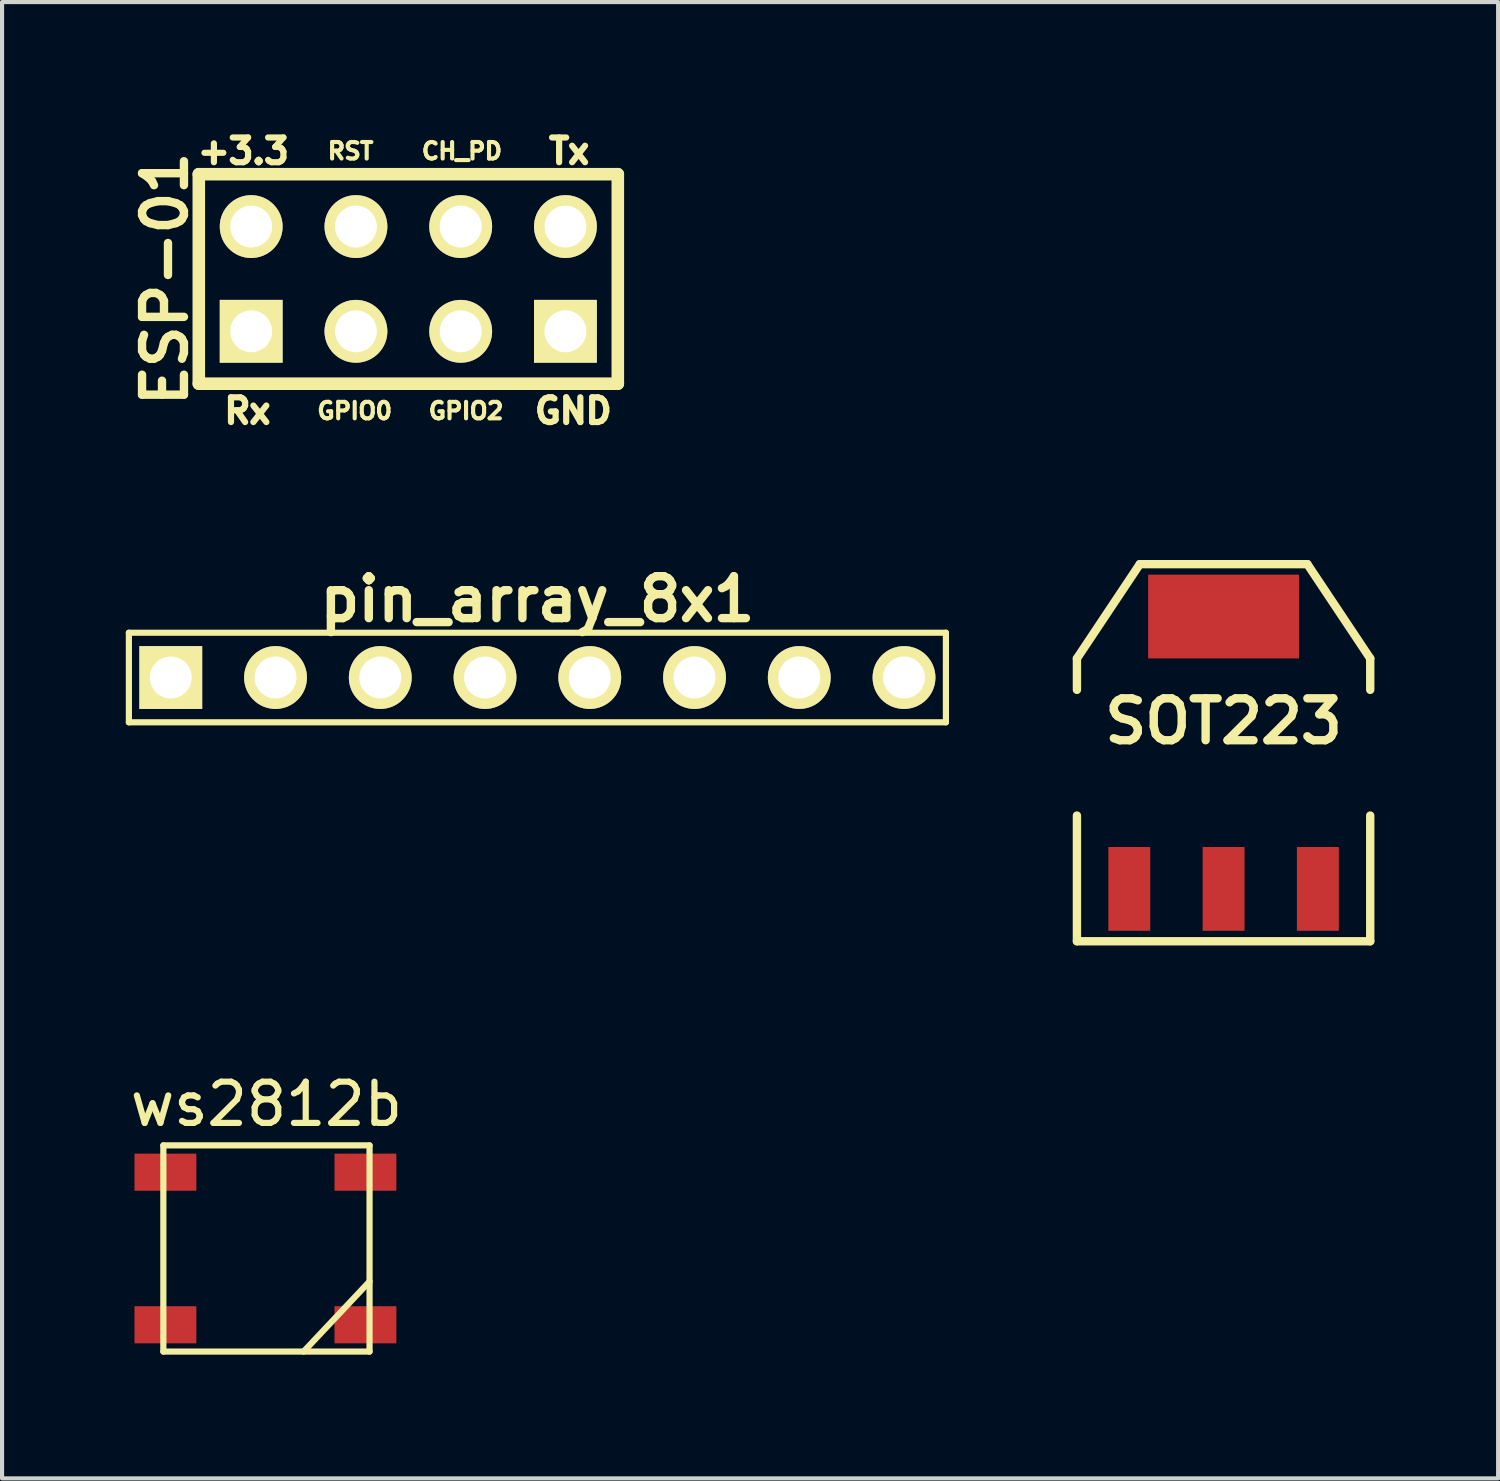
<source format=kicad_pcb>
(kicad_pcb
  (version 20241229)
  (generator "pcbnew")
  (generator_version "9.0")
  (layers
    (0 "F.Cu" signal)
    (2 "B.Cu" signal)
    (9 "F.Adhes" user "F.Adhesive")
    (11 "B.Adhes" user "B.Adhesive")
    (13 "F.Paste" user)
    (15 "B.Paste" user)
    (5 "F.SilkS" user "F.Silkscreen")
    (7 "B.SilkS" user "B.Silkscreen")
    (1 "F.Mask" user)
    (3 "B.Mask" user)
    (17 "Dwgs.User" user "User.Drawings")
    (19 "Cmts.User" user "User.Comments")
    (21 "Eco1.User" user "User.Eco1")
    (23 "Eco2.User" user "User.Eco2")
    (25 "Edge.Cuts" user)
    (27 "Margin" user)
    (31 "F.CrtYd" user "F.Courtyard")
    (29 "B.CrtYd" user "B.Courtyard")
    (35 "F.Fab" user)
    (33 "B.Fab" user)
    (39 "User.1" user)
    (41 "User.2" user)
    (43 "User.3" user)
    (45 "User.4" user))
  (footprint "SOT223"
    (layer "F.Cu")
    (at 26.62 15.202)
    (property "Reference" "SOT223" (at 0 -0.762 0) (layer "F.SilkS") (effects (font (size 1.016 1.016) (thickness 0.203))))
    (attr smd)
    (fp_line (start -3.556 -2.286) (end -2.032 -4.572) (stroke (width 0.203) (type solid)) (layer "F.SilkS"))
    (fp_line (start -3.556 -1.524) (end -3.556 -2.286) (stroke (width 0.203) (type solid)) (layer "F.SilkS"))
    (fp_line (start -3.556 1.524) (end -3.556 4.572) (stroke (width 0.203) (type solid)) (layer "F.SilkS"))
    (fp_line (start -3.556 4.572) (end 3.556 4.572) (stroke (width 0.203) (type solid)) (layer "F.SilkS"))
    (fp_line (start -2.032 -4.572) (end 2.032 -4.572) (stroke (width 0.203) (type solid)) (layer "F.SilkS"))
    (fp_line (start 2.032 -4.572) (end 3.556 -2.286) (stroke (width 0.203) (type solid)) (layer "F.SilkS"))
    (fp_line (start 3.556 -2.286) (end 3.556 -1.524) (stroke (width 0.203) (type solid)) (layer "F.SilkS"))
    (fp_line (start 3.556 4.572) (end 3.556 1.524) (stroke (width 0.203) (type solid)) (layer "F.SilkS"))
    (pad "1" smd rect (at -2.286 3.302) (size 1.016 2.032) (layers "F.Cu" "F.Mask" "F.Paste"))
    (pad "2" smd rect (at 0 3.302) (size 1.016 2.032) (layers "F.Cu" "F.Mask" "F.Paste"))
    (pad "3" smd rect (at 2.286 3.302) (size 1.016 2.032) (layers "F.Cu" "F.Mask" "F.Paste"))
    (pad "4" smd rect (at 0 -3.302) (size 3.658 2.032) (layers "F.Cu" "F.Mask" "F.Paste")))
  (footprint "pin_array_8x1"
    (layer "F.Cu")
    (at 9.981 13.379)
    (property "Reference" "pin_array_8x1" (at 0 -1.9 0) (layer "F.SilkS") (effects (font (size 1.016 1.016) (thickness 0.203))))
    (attr through_hole)
    (fp_line (start -9.906 -1.086) (end 9.906 -1.086) (stroke (width 0.15) (type solid)) (layer "F.SilkS"))
    (fp_line (start -9.906 1.086) (end -9.906 -1.086) (stroke (width 0.15) (type solid)) (layer "F.SilkS"))
    (fp_line (start 9.906 1.086) (end -9.906 1.086) (stroke (width 0.15) (type solid)) (layer "F.SilkS"))
    (fp_line (start 9.906 1.086) (end 9.906 -1.086) (stroke (width 0.15) (type solid)) (layer "F.SilkS"))
    (pad "1" thru_hole rect (at -8.89 0) (size 1.524 1.524) (drill 1.016) (layers "*.Cu" "*.Mask" "F.SilkS"))
    (pad "2" thru_hole circle (at -6.35 0) (size 1.524 1.524) (drill 1.016) (layers "*.Cu" "*.Mask" "F.SilkS"))
    (pad "3" thru_hole circle (at -3.81 0) (size 1.524 1.524) (drill 1.016) (layers "*.Cu" "*.Mask" "F.SilkS"))
    (pad "4" thru_hole circle (at -1.27 0) (size 1.524 1.524) (drill 1.016) (layers "*.Cu" "*.Mask" "F.SilkS"))
    (pad "5" thru_hole circle (at 1.27 0) (size 1.524 1.524) (drill 1.016) (layers "*.Cu" "*.Mask" "F.SilkS"))
    (pad "6" thru_hole circle (at 3.81 0) (size 1.524 1.524) (drill 1.016) (layers "*.Cu" "*.Mask" "F.SilkS"))
    (pad "7" thru_hole circle (at 6.35 0) (size 1.524 1.524) (drill 1.016) (layers "*.Cu" "*.Mask" "F.SilkS"))
    (pad "8" thru_hole circle (at 8.89 0) (size 1.524 1.524) (drill 1.016) (layers "*.Cu" "*.Mask" "F.SilkS")))
  (footprint "ws2812b"
    (layer "F.Cu")
    (at 3.411 27.224)
    (property "Reference" "ws2812b" (at 0 -3.5 0) (layer "F.SilkS") (effects (font (size 1 1) (thickness 0.15))))
    (attr through_hole)
    (fp_line (start -2.5 -2.5) (end 2.5 -2.5) (stroke (width 0.15) (type solid)) (layer "F.SilkS"))
    (fp_line (start -2.5 2.5) (end -2.5 -2.5) (stroke (width 0.15) (type solid)) (layer "F.SilkS"))
    (fp_line (start 0.9 2.5) (end 2.5 0.8) (stroke (width 0.15) (type solid)) (layer "F.SilkS"))
    (fp_line (start 2.5 -2.5) (end 2.5 2.5) (stroke (width 0.15) (type solid)) (layer "F.SilkS"))
    (fp_line (start 2.5 2.5) (end -2.5 2.5) (stroke (width 0.15) (type solid)) (layer "F.SilkS"))
    (pad "1" smd rect (at -2.45 -1.85) (size 1.5 0.9) (layers "F.Cu" "F.Mask" "F.Paste"))
    (pad "2" smd rect (at -2.45 1.85) (size 1.5 0.9) (layers "F.Cu" "F.Mask" "F.Paste"))
    (pad "3" smd rect (at 2.4 1.85) (size 1.5 0.9) (layers "F.Cu" "F.Mask" "F.Paste"))
    (pad "4" smd rect (at 2.4 -1.85) (size 1.5 0.9) (layers "F.Cu" "F.Mask" "F.Paste")))
  (footprint "ESP-01"
    (layer "F.Cu")
    (at 6.851 3.714)
    (property "Reference" "ESP-01" (at -5.9 0 90) (layer "F.SilkS") (effects (font (size 1.016 1.016) (thickness 0.203))))
    (attr through_hole)
    (fp_line (start -5.08 -2.54) (end 5.08 -2.54) (stroke (width 0.305) (type solid)) (layer "F.SilkS"))
    (fp_line (start -5.08 2.54) (end -5.08 -2.54) (stroke (width 0.305) (type solid)) (layer "F.SilkS"))
    (fp_line (start 5.08 -2.54) (end 5.08 2.54) (stroke (width 0.305) (type solid)) (layer "F.SilkS"))
    (fp_line (start 5.08 2.54) (end -5.08 2.54) (stroke (width 0.305) (type solid)) (layer "F.SilkS"))
    (fp_text user "+3.3" (at -4 -3.1 0) (layer "F.SilkS") (effects (font (size 0.6 0.6) (thickness 0.15))))
    (fp_text user "GPIO2" (at 1.4 3.2 0) (layer "F.SilkS") (effects (font (size 0.4 0.4) (thickness 0.1))))
    (fp_text user "Tx" (at 3.9 -3.1 0) (layer "F.SilkS") (effects (font (size 0.6 0.6) (thickness 0.15))))
    (fp_text user "RST" (at -1.4 -3.1 0) (layer "F.SilkS") (effects (font (size 0.4 0.4) (thickness 0.1))))
    (fp_text user "CH_PD" (at 1.3 -3.1 0) (layer "F.SilkS") (effects (font (size 0.4 0.4) (thickness 0.1))))
    (fp_text user "GND" (at 4 3.2 0) (layer "F.SilkS") (effects (font (size 0.6 0.6) (thickness 0.15))))
    (fp_text user "GPIO0" (at -1.3 3.2 0) (layer "F.SilkS") (effects (font (size 0.4 0.4) (thickness 0.1))))
    (fp_text user "Rx" (at -3.9 3.2 0) (layer "F.SilkS") (effects (font (size 0.6 0.6) (thickness 0.15))))
    (pad "1" thru_hole rect (at -3.81 1.27) (size 1.524 1.524) (drill 1.016) (layers "*.Cu" "*.Mask" "F.SilkS"))
    (pad "2" thru_hole circle (at -3.81 -1.27) (size 1.524 1.524) (drill 1.016) (layers "*.Cu" "*.Mask" "F.SilkS"))
    (pad "3" thru_hole circle (at -1.27 1.27) (size 1.524 1.524) (drill 1.016) (layers "*.Cu" "*.Mask" "F.SilkS"))
    (pad "4" thru_hole circle (at -1.27 -1.27) (size 1.524 1.524) (drill 1.016) (layers "*.Cu" "*.Mask" "F.SilkS"))
    (pad "5" thru_hole circle (at 1.27 1.27) (size 1.524 1.524) (drill 1.016) (layers "*.Cu" "*.Mask" "F.SilkS"))
    (pad "6" thru_hole circle (at 1.27 -1.27) (size 1.524 1.524) (drill 1.016) (layers "*.Cu" "*.Mask" "F.SilkS"))
    (pad "7" thru_hole rect (at 3.81 1.27) (size 1.524 1.524) (drill 1.016) (layers "*.Cu" "*.Mask" "F.SilkS"))
    (pad "8" thru_hole circle (at 3.81 -1.27) (size 1.524 1.524) (drill 1.016) (layers "*.Cu" "*.Mask" "F.SilkS")))
  (gr_rect
    (start -3 -3)
    (end 33.277 32.799)
    (stroke (width 0.1) (type default))
    (fill no)
    (layer "Edge.Cuts")))
</source>
